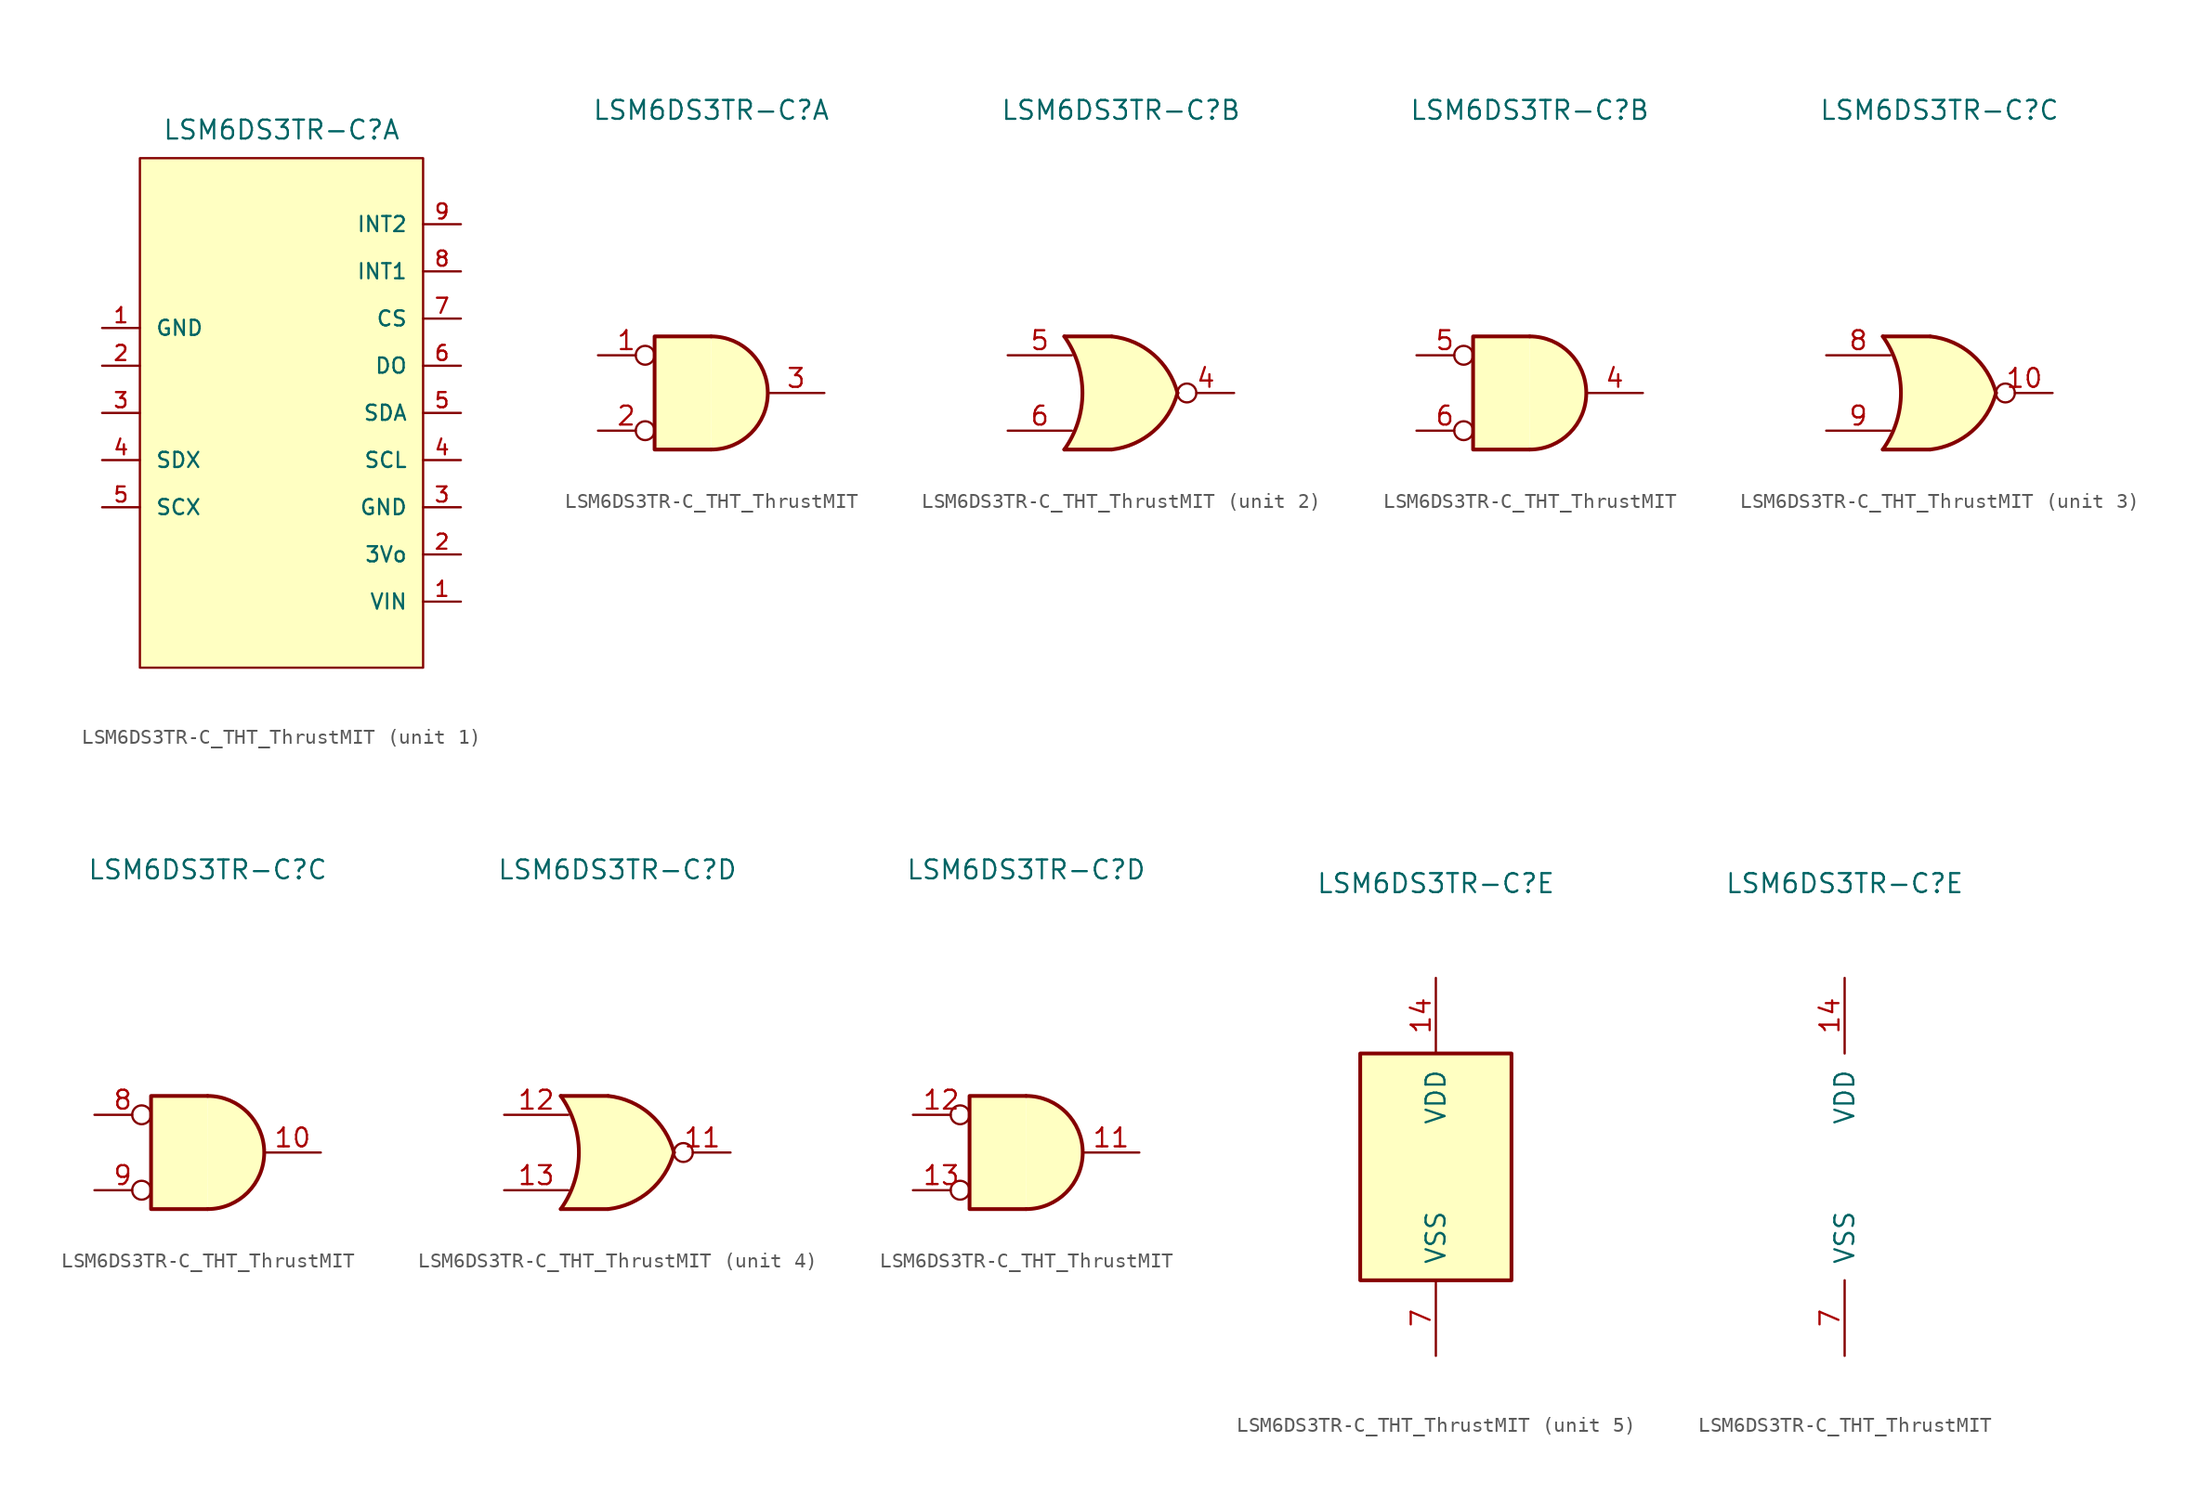
<source format=kicad_sym>
(kicad_symbol_lib
  (version 20220914)
  (generator kicad_symbol_editor)
  (symbol "LSM6DS3TR-C_THT_ThrustMIT"
    (pin_names
      (offset 1.016))
    (property "Reference" "LSM6DS3TR-C"
      (at 0 19.05 0)
      (effects (font (size 1.27 1.27))))
    (property "ki_locked" ""
      (at 0 0 0)
      (effects (font (size 1.27 1.27))))
    (symbol "LSM6DS3TR-C_THT_ThrustMIT_1_1"
      (rectangle (start -9.525 17.145) (end 9.525 -17.145) (stroke (width 0) (type default)) (fill (type background)))
      (rectangle (start 9.525 -12.7) (end 9.525 -12.7) (stroke (width 0) (type default)) (fill (type none)))
      (pin power_in line (at -12.065 5.715 0) (length 2.54) (name "GND" (effects (font (size 1.016 1.016)))) (number "1" (effects (font (size 1.016 1.016)))))
      (pin power_in line (at 12.065 -12.7 180) (length 2.54) (name "VIN" (effects (font (size 1.016 1.016)))) (number "1" (effects (font (size 1.016 1.016)))))
      (pin input line (at -12.065 3.175 0) (length 2.54) (name "" (effects (font (size 1.016 1.016)))) (number "2" (effects (font (size 1.016 1.016)))))
      (pin power_out line (at 12.065 -9.525 180) (length 2.54) (name "3Vo" (effects (font (size 1.016 1.016)))) (number "2" (effects (font (size 1.016 1.016)))))
      (pin input line (at -12.065 0 0) (length 2.54) (name "" (effects (font (size 1.016 1.016)))) (number "3" (effects (font (size 1.016 1.016)))))
      (pin power_in line (at 12.065 -6.35 180) (length 2.54) (name "GND" (effects (font (size 1.016 1.016)))) (number "3" (effects (font (size 1.016 1.016)))))
      (pin input line (at 12.065 -3.175 180) (length 2.54) (name "SCL" (effects (font (size 1.016 1.016)))) (number "4" (effects (font (size 1.016 1.016)))))
      (pin bidirectional line (at -12.065 -3.175 0) (length 2.54) (name "SDX" (effects (font (size 1.016 1.016)))) (number "4" (effects (font (size 1.016 1.016)))))
      (pin input line (at -12.065 -6.35 0) (length 2.54) (name "SCX" (effects (font (size 1.016 1.016)))) (number "5" (effects (font (size 1.016 1.016)))))
      (pin bidirectional line (at 12.065 0 180) (length 2.54) (name "SDA" (effects (font (size 1.016 1.016)))) (number "5" (effects (font (size 1.016 1.016)))))
      (pin bidirectional line (at 12.065 3.175 180) (length 2.54) (name "DO" (effects (font (size 1.016 1.016)))) (number "6" (effects (font (size 1.016 1.016)))))
      (pin input line (at 12.065 6.35 180) (length 2.54) (name "CS" (effects (font (size 1.016 1.016)))) (number "7" (effects (font (size 1.016 1.016)))))
      (pin output line (at 12.065 9.525 180) (length 2.54) (name "INT1" (effects (font (size 1.016 1.016)))) (number "8" (effects (font (size 1.016 1.016)))))
      (pin output line (at 12.065 12.7 180) (length 2.54) (name "INT2" (effects (font (size 1.016 1.016)))) (number "9" (effects (font (size 1.016 1.016))))))
    (symbol "LSM6DS3TR-C_THT_ThrustMIT_1_2"
      (arc (start 0 -3.81) (mid 3.7934 0) (end 0 3.81) (stroke (width 0.254) (type default)) (fill (type background)))
      (polyline (pts (xy 0 3.81) (xy -3.81 3.81) (xy -3.81 -3.81) (xy 0 -3.81)) (stroke (width 0.254) (type default)) (fill (type background)))
      (pin input inverted (at -7.62 2.54 0) (length 3.81) (name "~" (effects (font (size 1.27 1.27)))) (number "1" (effects (font (size 1.27 1.27)))))
      (pin input inverted (at -7.62 -2.54 0) (length 3.81) (name "~" (effects (font (size 1.27 1.27)))) (number "2" (effects (font (size 1.27 1.27)))))
      (pin output line (at 7.62 0 180) (length 3.81) (name "~" (effects (font (size 1.27 1.27)))) (number "3" (effects (font (size 1.27 1.27))))))
    (symbol "LSM6DS3TR-C_THT_ThrustMIT_2_1"
      (arc (start -3.81 -3.81) (mid -2.589 0) (end -3.81 3.81) (stroke (width 0.254) (type default)) (fill (type none)))
      (arc (start -0.6096 -3.81) (mid 2.1842 -2.5851) (end 3.81 0) (stroke (width 0.254) (type default)) (fill (type background)))
      (polyline (pts (xy -3.81 -3.81) (xy -0.635 -3.81)) (stroke (width 0.254) (type default)) (fill (type background)))
      (polyline (pts (xy -3.81 3.81) (xy -0.635 3.81)) (stroke (width 0.254) (type default)) (fill (type background)))
      (polyline (pts (xy -0.635 3.81) (xy -3.81 3.81) (xy -3.81 3.81) (xy -3.556 3.404) (xy -3.023 2.261) (xy -2.692 1.041) (xy -2.616 -0.254) (xy -2.769 -1.499) (xy -3.175 -2.718) (xy -3.81 -3.81) (xy -3.81 -3.81) (xy -0.635 -3.81)) (stroke (width -25.4) (type default)) (fill (type background)))
      (arc (start 3.81 0) (mid 2.1915 2.5936) (end -0.6096 3.81) (stroke (width 0.254) (type default)) (fill (type background)))
      (pin output inverted (at 7.62 0 180) (length 3.81) (name "~" (effects (font (size 1.27 1.27)))) (number "4" (effects (font (size 1.27 1.27)))))
      (pin input line (at -7.62 2.54 0) (length 4.318) (name "~" (effects (font (size 1.27 1.27)))) (number "5" (effects (font (size 1.27 1.27)))))
      (pin input line (at -7.62 -2.54 0) (length 4.318) (name "~" (effects (font (size 1.27 1.27)))) (number "6" (effects (font (size 1.27 1.27))))))
    (symbol "LSM6DS3TR-C_THT_ThrustMIT_2_2"
      (arc (start 0 -3.81) (mid 3.7934 0) (end 0 3.81) (stroke (width 0.254) (type default)) (fill (type background)))
      (polyline (pts (xy 0 3.81) (xy -3.81 3.81) (xy -3.81 -3.81) (xy 0 -3.81)) (stroke (width 0.254) (type default)) (fill (type background)))
      (pin output line (at 7.62 0 180) (length 3.81) (name "~" (effects (font (size 1.27 1.27)))) (number "4" (effects (font (size 1.27 1.27)))))
      (pin input inverted (at -7.62 2.54 0) (length 3.81) (name "~" (effects (font (size 1.27 1.27)))) (number "5" (effects (font (size 1.27 1.27)))))
      (pin input inverted (at -7.62 -2.54 0) (length 3.81) (name "~" (effects (font (size 1.27 1.27)))) (number "6" (effects (font (size 1.27 1.27))))))
    (symbol "LSM6DS3TR-C_THT_ThrustMIT_3_1"
      (arc (start -3.81 -3.81) (mid -2.589 0) (end -3.81 3.81) (stroke (width 0.254) (type default)) (fill (type none)))
      (arc (start -0.6096 -3.81) (mid 2.1842 -2.5851) (end 3.81 0) (stroke (width 0.254) (type default)) (fill (type background)))
      (polyline (pts (xy -3.81 -3.81) (xy -0.635 -3.81)) (stroke (width 0.254) (type default)) (fill (type background)))
      (polyline (pts (xy -3.81 3.81) (xy -0.635 3.81)) (stroke (width 0.254) (type default)) (fill (type background)))
      (polyline (pts (xy -0.635 3.81) (xy -3.81 3.81) (xy -3.81 3.81) (xy -3.556 3.404) (xy -3.023 2.261) (xy -2.692 1.041) (xy -2.616 -0.254) (xy -2.769 -1.499) (xy -3.175 -2.718) (xy -3.81 -3.81) (xy -3.81 -3.81) (xy -0.635 -3.81)) (stroke (width -25.4) (type default)) (fill (type background)))
      (arc (start 3.81 0) (mid 2.1915 2.5936) (end -0.6096 3.81) (stroke (width 0.254) (type default)) (fill (type background)))
      (pin output inverted (at 7.62 0 180) (length 3.81) (name "~" (effects (font (size 1.27 1.27)))) (number "10" (effects (font (size 1.27 1.27)))))
      (pin input line (at -7.62 2.54 0) (length 4.318) (name "~" (effects (font (size 1.27 1.27)))) (number "8" (effects (font (size 1.27 1.27)))))
      (pin input line (at -7.62 -2.54 0) (length 4.318) (name "~" (effects (font (size 1.27 1.27)))) (number "9" (effects (font (size 1.27 1.27))))))
    (symbol "LSM6DS3TR-C_THT_ThrustMIT_3_2"
      (arc (start 0 -3.81) (mid 3.7934 0) (end 0 3.81) (stroke (width 0.254) (type default)) (fill (type background)))
      (polyline (pts (xy 0 3.81) (xy -3.81 3.81) (xy -3.81 -3.81) (xy 0 -3.81)) (stroke (width 0.254) (type default)) (fill (type background)))
      (pin output line (at 7.62 0 180) (length 3.81) (name "~" (effects (font (size 1.27 1.27)))) (number "10" (effects (font (size 1.27 1.27)))))
      (pin input inverted (at -7.62 2.54 0) (length 3.81) (name "~" (effects (font (size 1.27 1.27)))) (number "8" (effects (font (size 1.27 1.27)))))
      (pin input inverted (at -7.62 -2.54 0) (length 3.81) (name "~" (effects (font (size 1.27 1.27)))) (number "9" (effects (font (size 1.27 1.27))))))
    (symbol "LSM6DS3TR-C_THT_ThrustMIT_4_1"
      (arc (start -3.81 -3.81) (mid -2.589 0) (end -3.81 3.81) (stroke (width 0.254) (type default)) (fill (type none)))
      (arc (start -0.6096 -3.81) (mid 2.1842 -2.5851) (end 3.81 0) (stroke (width 0.254) (type default)) (fill (type background)))
      (polyline (pts (xy -3.81 -3.81) (xy -0.635 -3.81)) (stroke (width 0.254) (type default)) (fill (type background)))
      (polyline (pts (xy -3.81 3.81) (xy -0.635 3.81)) (stroke (width 0.254) (type default)) (fill (type background)))
      (polyline (pts (xy -0.635 3.81) (xy -3.81 3.81) (xy -3.81 3.81) (xy -3.556 3.404) (xy -3.023 2.261) (xy -2.692 1.041) (xy -2.616 -0.254) (xy -2.769 -1.499) (xy -3.175 -2.718) (xy -3.81 -3.81) (xy -3.81 -3.81) (xy -0.635 -3.81)) (stroke (width -25.4) (type default)) (fill (type background)))
      (arc (start 3.81 0) (mid 2.1915 2.5936) (end -0.6096 3.81) (stroke (width 0.254) (type default)) (fill (type background)))
      (pin output inverted (at 7.62 0 180) (length 3.81) (name "~" (effects (font (size 1.27 1.27)))) (number "11" (effects (font (size 1.27 1.27)))))
      (pin input line (at -7.62 2.54 0) (length 4.318) (name "~" (effects (font (size 1.27 1.27)))) (number "12" (effects (font (size 1.27 1.27)))))
      (pin input line (at -7.62 -2.54 0) (length 4.318) (name "~" (effects (font (size 1.27 1.27)))) (number "13" (effects (font (size 1.27 1.27))))))
    (symbol "LSM6DS3TR-C_THT_ThrustMIT_4_2"
      (arc (start 0 -3.81) (mid 3.7934 0) (end 0 3.81) (stroke (width 0.254) (type default)) (fill (type background)))
      (polyline (pts (xy 0 3.81) (xy -3.81 3.81) (xy -3.81 -3.81) (xy 0 -3.81)) (stroke (width 0.254) (type default)) (fill (type background)))
      (pin output line (at 7.62 0 180) (length 3.81) (name "~" (effects (font (size 1.27 1.27)))) (number "11" (effects (font (size 1.27 1.27)))))
      (pin input inverted (at -7.62 2.54 0) (length 3.81) (name "~" (effects (font (size 1.27 1.27)))) (number "12" (effects (font (size 1.27 1.27)))))
      (pin input inverted (at -7.62 -2.54 0) (length 3.81) (name "~" (effects (font (size 1.27 1.27)))) (number "13" (effects (font (size 1.27 1.27))))))
    (symbol "LSM6DS3TR-C_THT_ThrustMIT_5_0"
      (pin power_in line (at 0 12.7 270) (length 5.08) (name "VDD" (effects (font (size 1.27 1.27)))) (number "14" (effects (font (size 1.27 1.27)))))
      (pin power_in line (at 0 -12.7 90) (length 5.08) (name "VSS" (effects (font (size 1.27 1.27)))) (number "7" (effects (font (size 1.27 1.27))))))
    (symbol "LSM6DS3TR-C_THT_ThrustMIT_5_1"
      (rectangle (start -5.08 7.62) (end 5.08 -7.62) (stroke (width 0.254) (type default)) (fill (type background))))))
</source>
